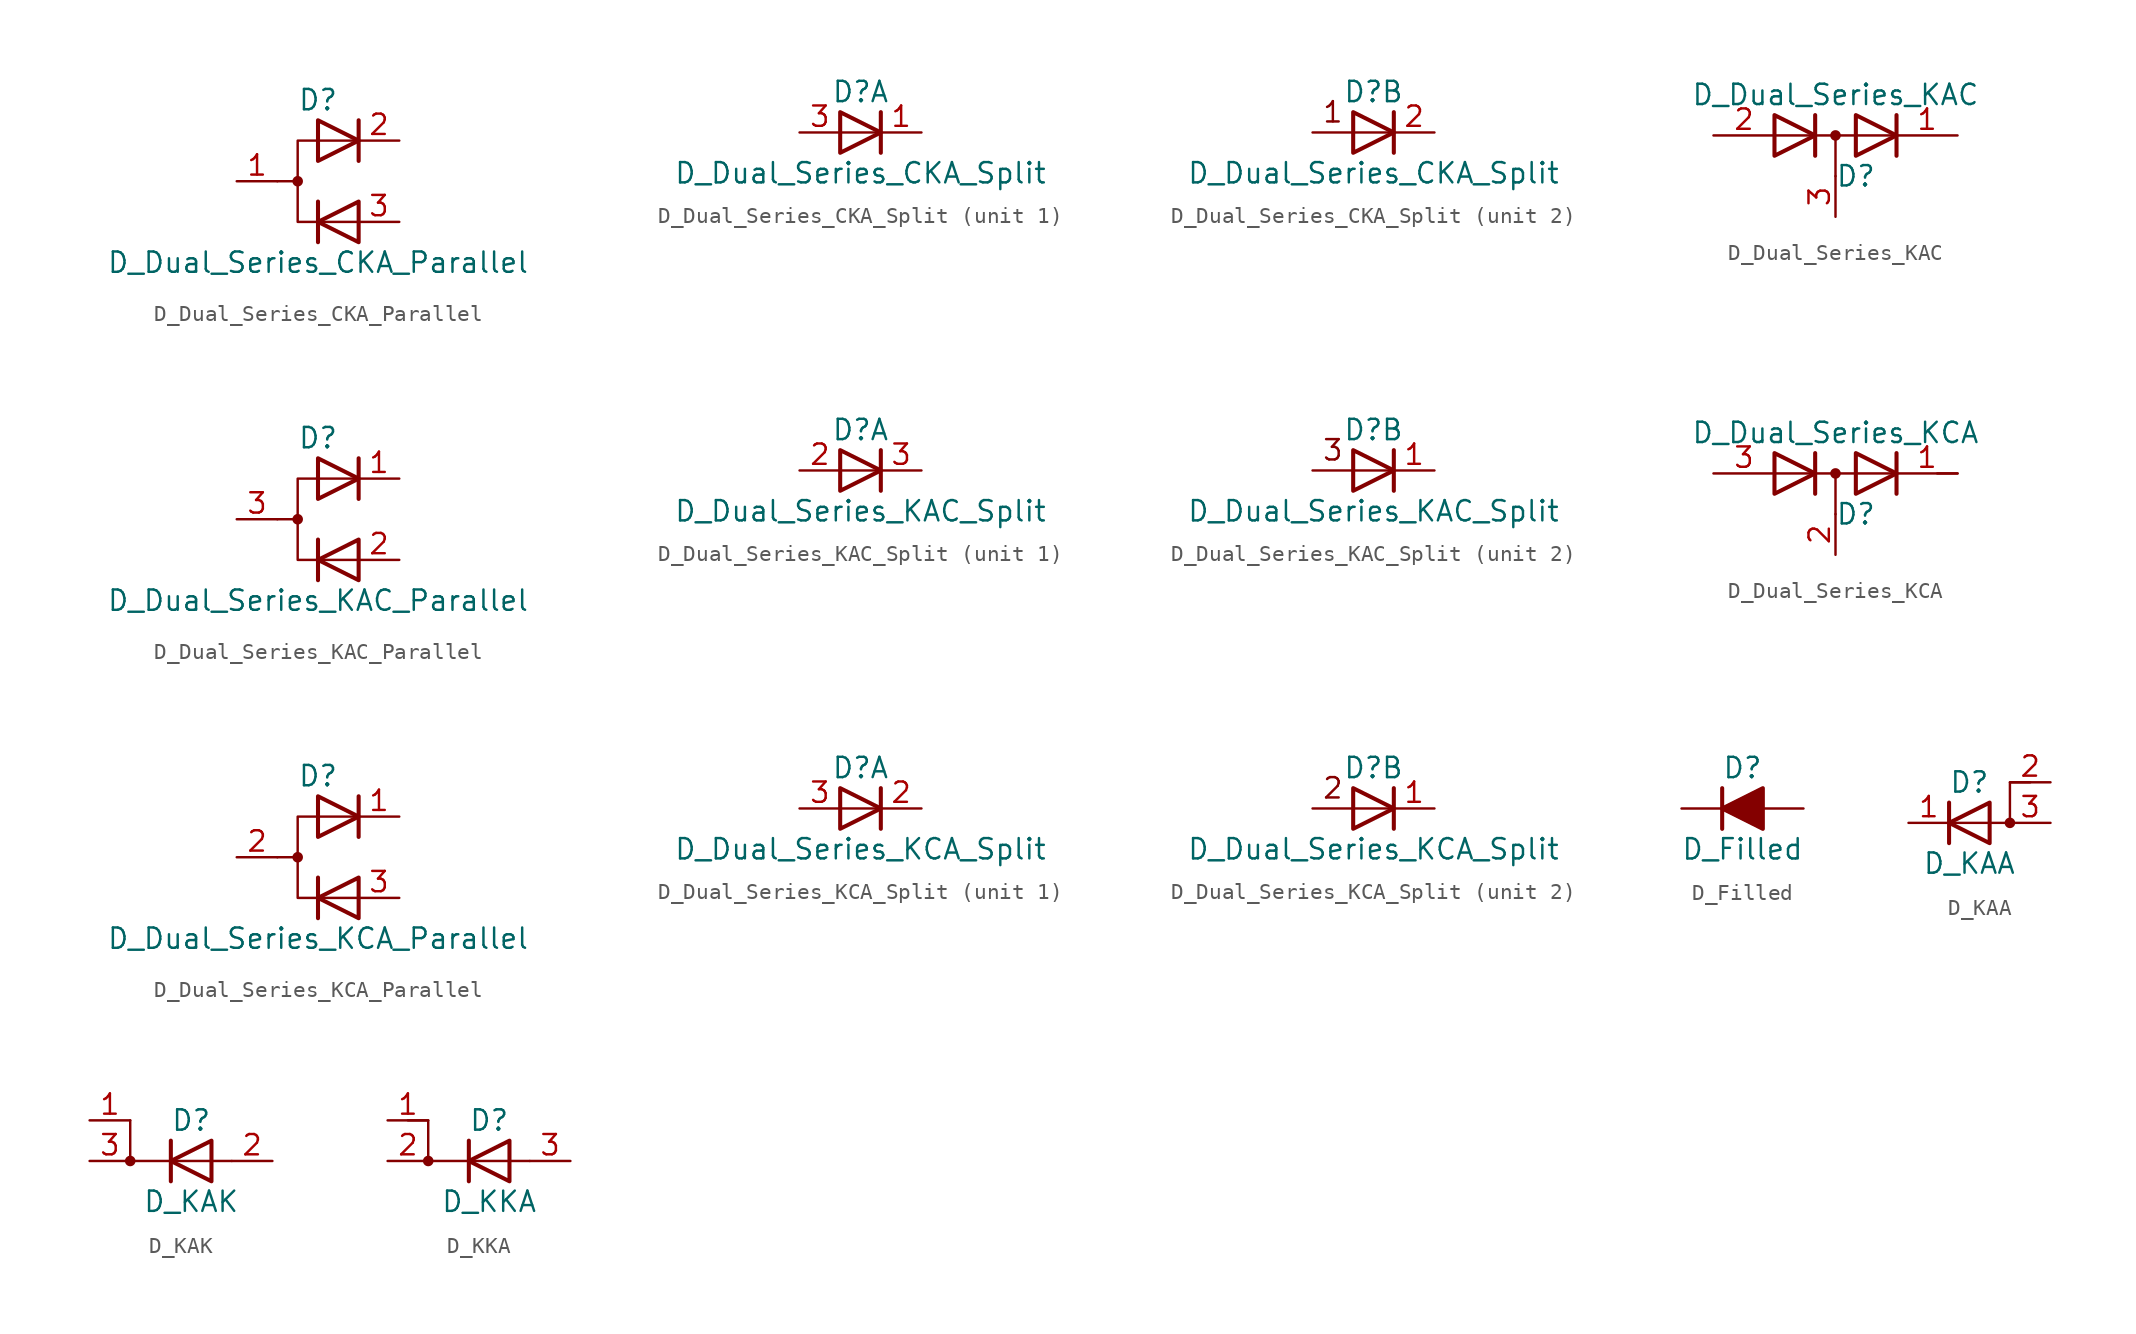
<source format=kicad_sym>
(kicad_symbol_lib
  (version 20201005)
  (generator kicad_symbol_editor)
  (symbol "D_Dual_Series_CKA_Parallel"
    (pin_names
      (offset 0.762) hide)
    (property "Reference" "D"
      (at 0 5.08 0)
      (effects (font (size 1.27 1.27))))
    (property "Value" "D_Dual_Series_CKA_Parallel"
      (at 0 -5.08 0)
      (effects (font (size 1.27 1.27))))
    (symbol "D_Dual_Series_CKA_Parallel_0_0"
      (polyline (pts (xy 0 -1.27) (xy 0 -3.81)) (stroke (width 0.254)) (fill (type none)))
      (polyline (pts (xy 2.54 3.81) (xy 2.54 1.27)) (stroke (width 0.254)) (fill (type none))))
    (symbol "D_Dual_Series_CKA_Parallel_0_1"
      (circle (center -1.27 0) (radius 0.254) (stroke (width 0)) (fill (type outline)))
      (polyline (pts (xy -1.27 0) (xy -2.54 0)) (stroke (width 0)) (fill (type none)))
      (polyline (pts (xy 2.54 2.54) (xy -1.27 2.54) (xy -1.27 -2.54) (xy 2.54 -2.54)) (stroke (width 0)) (fill (type none)))
      (polyline (pts (xy 0 3.81) (xy 2.54 2.54) (xy 0 1.27) (xy 0 3.81) (xy 0 3.81) (xy 0 3.81)) (stroke (width 0.254)) (fill (type none)))
      (polyline (pts (xy 2.54 -1.27) (xy 0 -2.54) (xy 2.54 -3.81) (xy 2.54 -1.27) (xy 2.54 -1.27) (xy 2.54 -1.27)) (stroke (width 0.254)) (fill (type none)))
      (pin passive line (at -5.08 0 0) (length 2.54) (name "A" (effects (font (size 1.27 1.27)))) (number "1" (effects (font (size 1.27 1.27)))))
      (pin passive line (at 5.08 2.54 180) (length 2.54) (name "K" (effects (font (size 1.27 1.27)))) (number "2" (effects (font (size 1.27 1.27)))))
      (pin passive line (at 5.08 -2.54 180) (length 2.54) (name "K" (effects (font (size 1.27 1.27)))) (number "3" (effects (font (size 1.27 1.27)))))))
  (symbol "D_Dual_Series_CKA_Split"
    (pin_names
      (offset 0.762) hide)
    (property "Reference" "D"
      (at 0 2.54 0)
      (effects (font (size 1.27 1.27))))
    (property "Value" "D_Dual_Series_CKA_Split"
      (at 0 -2.54 0)
      (effects (font (size 1.27 1.27))))
    (property "ki_locked" ""
      (at 0 0 0)
      (effects (font (size 1.27 1.27))))
    (symbol "D_Dual_Series_CKA_Split_0_0"
      (polyline (pts (xy 1.27 1.27) (xy 1.27 -1.27)) (stroke (width 0.254)) (fill (type none))))
    (symbol "D_Dual_Series_CKA_Split_0_1"
      (polyline (pts (xy -1.27 1.27) (xy 1.27 0) (xy -1.27 -1.27) (xy -1.27 1.27) (xy -1.27 1.27) (xy -1.27 1.27)) (stroke (width 0.254)) (fill (type none))))
    (symbol "D_Dual_Series_CKA_Split_1_1"
      (polyline (pts (xy 1.27 0) (xy -1.27 0)) (stroke (width 0)) (fill (type none)))
      (pin passive line (at 3.81 0 180) (length 2.54) (name "K" (effects (font (size 1.27 1.27)))) (number "1" (effects (font (size 1.27 1.27)))))
      (pin passive line (at -3.81 0 0) (length 2.54) (name "A" (effects (font (size 1.27 1.27)))) (number "3" (effects (font (size 1.27 1.27))))))
    (symbol "D_Dual_Series_CKA_Split_2_0"
      (text "1" (at -2.54 1.27 0) (effects (font (size 1.27 1.27))))
      (polyline (pts (xy 1.27 0) (xy -3.81 0)) (stroke (width 0)) (fill (type none))))
    (symbol "D_Dual_Series_CKA_Split_2_1"
      (pin passive line (at 3.81 0 180) (length 2.54) (name "K" (effects (font (size 1.27 1.27)))) (number "2" (effects (font (size 1.27 1.27)))))))
  (symbol "D_Dual_Series_KAC"
    (pin_names
      (offset 0.762) hide)
    (property "Reference" "D"
      (at 1.27 -2.54 0)
      (effects (font (size 1.27 1.27))))
    (property "Value" "D_Dual_Series_KAC"
      (at 0 2.54 0)
      (effects (font (size 1.27 1.27))))
    (symbol "D_Dual_Series_KAC_0_1"
      (circle (center 0 0) (radius 0.254) (stroke (width 0)) (fill (type outline)))
      (polyline (pts (xy 0 0) (xy 0 -2.54)) (stroke (width 0)) (fill (type none)))
      (polyline (pts (xy 3.81 0) (xy -3.81 0)) (stroke (width 0)) (fill (type none)))
      (polyline (pts (xy -1.27 -1.27) (xy -1.27 1.27) (xy -1.27 1.27)) (stroke (width 0.254)) (fill (type none)))
      (polyline (pts (xy 3.81 1.27) (xy 3.81 -1.27) (xy 3.81 -1.27)) (stroke (width 0.254)) (fill (type none)))
      (polyline (pts (xy -3.81 1.27) (xy -1.27 0) (xy -3.81 -1.27) (xy -3.81 1.27) (xy -3.81 1.27) (xy -3.81 1.27)) (stroke (width 0.254)) (fill (type none)))
      (polyline (pts (xy 1.27 1.27) (xy 3.81 0) (xy 1.27 -1.27) (xy 1.27 1.27) (xy 1.27 1.27) (xy 1.27 1.27)) (stroke (width 0.254)) (fill (type none)))
      (pin passive line (at 7.62 0 180) (length 3.81) (name "K" (effects (font (size 1.27 1.27)))) (number "1" (effects (font (size 1.27 1.27)))))
      (pin passive line (at -7.62 0 0) (length 3.81) (name "A" (effects (font (size 1.27 1.27)))) (number "2" (effects (font (size 1.27 1.27)))))
      (pin passive line (at 0 -5.08 90) (length 2.54) (name "common" (effects (font (size 1.27 1.27)))) (number "3" (effects (font (size 1.27 1.27)))))))
  (symbol "D_Dual_Series_KAC_Parallel"
    (pin_names
      (offset 0.762) hide)
    (property "Reference" "D"
      (at 0 5.08 0)
      (effects (font (size 1.27 1.27))))
    (property "Value" "D_Dual_Series_KAC_Parallel"
      (at 0 -5.08 0)
      (effects (font (size 1.27 1.27))))
    (symbol "D_Dual_Series_KAC_Parallel_0_0"
      (polyline (pts (xy 0 -1.27) (xy 0 -3.81)) (stroke (width 0.254)) (fill (type none)))
      (polyline (pts (xy 2.54 3.81) (xy 2.54 1.27)) (stroke (width 0.254)) (fill (type none))))
    (symbol "D_Dual_Series_KAC_Parallel_0_1"
      (circle (center -1.27 0) (radius 0.254) (stroke (width 0)) (fill (type outline)))
      (polyline (pts (xy -1.27 0) (xy -2.54 0)) (stroke (width 0)) (fill (type none)))
      (polyline (pts (xy 2.54 2.54) (xy -1.27 2.54) (xy -1.27 -2.54) (xy 2.54 -2.54)) (stroke (width 0)) (fill (type none)))
      (polyline (pts (xy 0 3.81) (xy 2.54 2.54) (xy 0 1.27) (xy 0 3.81) (xy 0 3.81) (xy 0 3.81)) (stroke (width 0.254)) (fill (type none)))
      (polyline (pts (xy 2.54 -1.27) (xy 0 -2.54) (xy 2.54 -3.81) (xy 2.54 -1.27) (xy 2.54 -1.27) (xy 2.54 -1.27)) (stroke (width 0.254)) (fill (type none)))
      (pin passive line (at 5.08 2.54 180) (length 2.54) (name "K" (effects (font (size 1.27 1.27)))) (number "1" (effects (font (size 1.27 1.27)))))
      (pin passive line (at 5.08 -2.54 180) (length 2.54) (name "K" (effects (font (size 1.27 1.27)))) (number "2" (effects (font (size 1.27 1.27)))))
      (pin passive line (at -5.08 0 0) (length 2.54) (name "A" (effects (font (size 1.27 1.27)))) (number "3" (effects (font (size 1.27 1.27)))))))
  (symbol "D_Dual_Series_KAC_Split"
    (pin_names
      (offset 0.762) hide)
    (property "Reference" "D"
      (at 0 2.54 0)
      (effects (font (size 1.27 1.27))))
    (property "Value" "D_Dual_Series_KAC_Split"
      (at 0 -2.54 0)
      (effects (font (size 1.27 1.27))))
    (property "ki_locked" ""
      (at 0 0 0)
      (effects (font (size 1.27 1.27))))
    (symbol "D_Dual_Series_KAC_Split_0_0"
      (polyline (pts (xy 1.27 1.27) (xy 1.27 -1.27)) (stroke (width 0.254)) (fill (type none))))
    (symbol "D_Dual_Series_KAC_Split_0_1"
      (polyline (pts (xy -1.27 1.27) (xy 1.27 0) (xy -1.27 -1.27) (xy -1.27 1.27) (xy -1.27 1.27) (xy -1.27 1.27)) (stroke (width 0.254)) (fill (type none))))
    (symbol "D_Dual_Series_KAC_Split_1_1"
      (polyline (pts (xy 1.27 0) (xy -1.27 0)) (stroke (width 0)) (fill (type none)))
      (pin passive line (at -3.81 0 0) (length 2.54) (name "A" (effects (font (size 1.27 1.27)))) (number "2" (effects (font (size 1.27 1.27)))))
      (pin passive line (at 3.81 0 180) (length 2.54) (name "K" (effects (font (size 1.27 1.27)))) (number "3" (effects (font (size 1.27 1.27))))))
    (symbol "D_Dual_Series_KAC_Split_2_0"
      (text "3" (at -2.54 1.27 0) (effects (font (size 1.27 1.27))))
      (polyline (pts (xy 1.27 0) (xy -3.81 0)) (stroke (width 0)) (fill (type none))))
    (symbol "D_Dual_Series_KAC_Split_2_1"
      (pin passive line (at 3.81 0 180) (length 2.54) (name "K" (effects (font (size 1.27 1.27)))) (number "1" (effects (font (size 1.27 1.27)))))))
  (symbol "D_Dual_Series_KCA"
    (pin_names
      (offset 0.762) hide)
    (property "Reference" "D"
      (at 1.27 -2.54 0)
      (effects (font (size 1.27 1.27))))
    (property "Value" "D_Dual_Series_KCA"
      (at 0 2.54 0)
      (effects (font (size 1.27 1.27))))
    (symbol "D_Dual_Series_KCA_0_1"
      (circle (center 0 0) (radius 0.254) (stroke (width 0)) (fill (type outline)))
      (polyline (pts (xy 0 0) (xy 0 -2.54)) (stroke (width 0)) (fill (type none)))
      (polyline (pts (xy 3.81 0) (xy -3.81 0)) (stroke (width 0)) (fill (type none)))
      (polyline (pts (xy 6.35 0) (xy 7.62 0)) (stroke (width 0)) (fill (type none)))
      (polyline (pts (xy -1.27 -1.27) (xy -1.27 1.27) (xy -1.27 1.27)) (stroke (width 0.254)) (fill (type none)))
      (polyline (pts (xy 3.81 1.27) (xy 3.81 -1.27) (xy 3.81 -1.27)) (stroke (width 0.254)) (fill (type none)))
      (polyline (pts (xy -3.81 1.27) (xy -1.27 0) (xy -3.81 -1.27) (xy -3.81 1.27) (xy -3.81 1.27) (xy -3.81 1.27)) (stroke (width 0.254)) (fill (type none)))
      (polyline (pts (xy 1.27 1.27) (xy 3.81 0) (xy 1.27 -1.27) (xy 1.27 1.27) (xy 1.27 1.27) (xy 1.27 1.27)) (stroke (width 0.254)) (fill (type none)))
      (pin passive line (at 7.62 0 180) (length 3.81) (name "K" (effects (font (size 1.27 1.27)))) (number "1" (effects (font (size 1.27 1.27)))))
      (pin passive line (at 0 -5.08 90) (length 2.54) (name "common" (effects (font (size 1.27 1.27)))) (number "2" (effects (font (size 1.27 1.27)))))
      (pin passive line (at -7.62 0 0) (length 3.81) (name "A" (effects (font (size 1.27 1.27)))) (number "3" (effects (font (size 1.27 1.27)))))))
  (symbol "D_Dual_Series_KCA_Parallel"
    (pin_names
      (offset 0.762) hide)
    (property "Reference" "D"
      (at 0 5.08 0)
      (effects (font (size 1.27 1.27))))
    (property "Value" "D_Dual_Series_KCA_Parallel"
      (at 0 -5.08 0)
      (effects (font (size 1.27 1.27))))
    (symbol "D_Dual_Series_KCA_Parallel_0_0"
      (polyline (pts (xy 0 -1.27) (xy 0 -3.81)) (stroke (width 0.254)) (fill (type none)))
      (polyline (pts (xy 2.54 3.81) (xy 2.54 1.27)) (stroke (width 0.254)) (fill (type none))))
    (symbol "D_Dual_Series_KCA_Parallel_0_1"
      (circle (center -1.27 0) (radius 0.254) (stroke (width 0)) (fill (type outline)))
      (polyline (pts (xy -1.27 0) (xy -2.54 0)) (stroke (width 0)) (fill (type none)))
      (polyline (pts (xy 2.54 2.54) (xy -1.27 2.54) (xy -1.27 -2.54) (xy 2.54 -2.54)) (stroke (width 0)) (fill (type none)))
      (polyline (pts (xy 0 3.81) (xy 2.54 2.54) (xy 0 1.27) (xy 0 3.81) (xy 0 3.81) (xy 0 3.81)) (stroke (width 0.254)) (fill (type none)))
      (polyline (pts (xy 2.54 -1.27) (xy 0 -2.54) (xy 2.54 -3.81) (xy 2.54 -1.27) (xy 2.54 -1.27) (xy 2.54 -1.27)) (stroke (width 0.254)) (fill (type none)))
      (pin passive line (at 5.08 2.54 180) (length 2.54) (name "K" (effects (font (size 1.27 1.27)))) (number "1" (effects (font (size 1.27 1.27)))))
      (pin passive line (at -5.08 0 0) (length 2.54) (name "A" (effects (font (size 1.27 1.27)))) (number "2" (effects (font (size 1.27 1.27)))))
      (pin passive line (at 5.08 -2.54 180) (length 2.54) (name "K" (effects (font (size 1.27 1.27)))) (number "3" (effects (font (size 1.27 1.27)))))))
  (symbol "D_Dual_Series_KCA_Split"
    (pin_names
      (offset 0.762) hide)
    (property "Reference" "D"
      (at 0 2.54 0)
      (effects (font (size 1.27 1.27))))
    (property "Value" "D_Dual_Series_KCA_Split"
      (at 0 -2.54 0)
      (effects (font (size 1.27 1.27))))
    (property "ki_locked" ""
      (at 0 0 0)
      (effects (font (size 1.27 1.27))))
    (symbol "D_Dual_Series_KCA_Split_0_0"
      (polyline (pts (xy 1.27 1.27) (xy 1.27 -1.27)) (stroke (width 0.254)) (fill (type none))))
    (symbol "D_Dual_Series_KCA_Split_0_1"
      (polyline (pts (xy -1.27 1.27) (xy 1.27 0) (xy -1.27 -1.27) (xy -1.27 1.27) (xy -1.27 1.27) (xy -1.27 1.27)) (stroke (width 0.254)) (fill (type none))))
    (symbol "D_Dual_Series_KCA_Split_1_1"
      (polyline (pts (xy 1.27 0) (xy -1.27 0)) (stroke (width 0)) (fill (type none)))
      (pin passive line (at 3.81 0 180) (length 2.54) (name "K" (effects (font (size 1.27 1.27)))) (number "2" (effects (font (size 1.27 1.27)))))
      (pin passive line (at -3.81 0 0) (length 2.54) (name "A" (effects (font (size 1.27 1.27)))) (number "3" (effects (font (size 1.27 1.27))))))
    (symbol "D_Dual_Series_KCA_Split_2_0"
      (text "2" (at -2.54 1.27 0) (effects (font (size 1.27 1.27))))
      (polyline (pts (xy 1.27 0) (xy -3.81 0)) (stroke (width 0)) (fill (type none))))
    (symbol "D_Dual_Series_KCA_Split_2_1"
      (pin passive line (at 3.81 0 180) (length 2.54) (name "K" (effects (font (size 1.27 1.27)))) (number "1" (effects (font (size 1.27 1.27)))))))
  (symbol "D_Filled"
    (pin_numbers hide)
    (pin_names
      (offset 1.016) hide)
    (property "Reference" "D"
      (at 0 2.54 0)
      (effects (font (size 1.27 1.27))))
    (property "Value" "D_Filled"
      (at 0 -2.54 0)
      (effects (font (size 1.27 1.27))))
    (symbol "D_Filled_0_1"
      (polyline (pts (xy -1.27 1.27) (xy -1.27 -1.27)) (stroke (width 0.254)) (fill (type none)))
      (polyline (pts (xy 1.27 0) (xy -1.27 0)) (stroke (width 0)) (fill (type none)))
      (polyline (pts (xy 1.27 1.27) (xy 1.27 -1.27) (xy -1.27 0) (xy 1.27 1.27)) (stroke (width 0.254)) (fill (type outline))))
    (symbol "D_Filled_1_1"
      (pin passive line (at -3.81 0 0) (length 2.54) (name "K" (effects (font (size 1.27 1.27)))) (number "1" (effects (font (size 1.27 1.27)))))
      (pin passive line (at 3.81 0 180) (length 2.54) (name "A" (effects (font (size 1.27 1.27)))) (number "2" (effects (font (size 1.27 1.27)))))))
  (symbol "D_KAA"
    (pin_names
      (offset 0) hide)
    (property "Reference" "D"
      (at 0 2.54 0)
      (effects (font (size 1.27 1.27))))
    (property "Value" "D_KAA"
      (at 0 -2.54 0)
      (effects (font (size 1.27 1.27))))
    (symbol "D_KAA_0_1"
      (circle (center 2.54 0) (radius 0.254) (stroke (width 0)) (fill (type outline)))
      (polyline (pts (xy -1.27 1.27) (xy -1.27 -1.27)) (stroke (width 0.254)) (fill (type none)))
      (polyline (pts (xy 1.27 1.27) (xy 1.27 -1.27) (xy -1.27 0) (xy 1.27 1.27)) (stroke (width 0.254)) (fill (type none)))
      (polyline (pts (xy 3.81 2.54) (xy 2.54 2.54) (xy 2.54 0) (xy -1.27 0)) (stroke (width 0)) (fill (type none))))
    (symbol "D_KAA_1_1"
      (pin passive line (at -3.81 0 0) (length 2.54) (name "K" (effects (font (size 1.27 1.27)))) (number "1" (effects (font (size 1.27 1.27)))))
      (pin input line (at 5.08 2.54 180) (length 2.54) (name "A" (effects (font (size 1.27 1.27)))) (number "2" (effects (font (size 1.27 1.27)))))
      (pin passive line (at 5.08 0 180) (length 2.54) (name "A" (effects (font (size 1.27 1.27)))) (number "3" (effects (font (size 1.27 1.27)))))))
  (symbol "D_KAK"
    (pin_names
      (offset 0) hide)
    (property "Reference" "D"
      (at 0 2.54 0)
      (effects (font (size 1.27 1.27))))
    (property "Value" "D_KAK"
      (at 0 -2.54 0)
      (effects (font (size 1.27 1.27))))
    (symbol "D_KAK_0_1"
      (circle (center -3.81 0) (radius 0.254) (stroke (width 0)) (fill (type outline)))
      (polyline (pts (xy -1.27 1.27) (xy -1.27 -1.27)) (stroke (width 0.254)) (fill (type none)))
      (polyline (pts (xy -3.81 2.54) (xy -3.81 0) (xy 2.54 0)) (stroke (width 0)) (fill (type none)))
      (polyline (pts (xy 1.27 1.27) (xy 1.27 -1.27) (xy -1.27 0) (xy 1.27 1.27)) (stroke (width 0.254)) (fill (type none))))
    (symbol "D_KAK_1_1"
      (pin passive line (at -6.35 2.54 0) (length 2.54) (name "K" (effects (font (size 1.27 1.27)))) (number "1" (effects (font (size 1.27 1.27)))))
      (pin passive line (at 5.08 0 180) (length 2.54) (name "A" (effects (font (size 1.27 1.27)))) (number "2" (effects (font (size 1.27 1.27)))))
      (pin passive line (at -6.35 0 0) (length 2.54) (name "K" (effects (font (size 1.27 1.27)))) (number "3" (effects (font (size 1.27 1.27)))))))
  (symbol "D_KKA"
    (pin_names
      (offset 0) hide)
    (property "Reference" "D"
      (at 0 2.54 0)
      (effects (font (size 1.27 1.27))))
    (property "Value" "D_KKA"
      (at 0 -2.54 0)
      (effects (font (size 1.27 1.27))))
    (symbol "D_KKA_0_1"
      (circle (center -3.81 0) (radius 0.254) (stroke (width 0)) (fill (type outline)))
      (polyline (pts (xy -1.27 1.27) (xy -1.27 -1.27)) (stroke (width 0.254)) (fill (type none)))
      (polyline (pts (xy -5.08 2.54) (xy -3.81 2.54) (xy -3.81 0) (xy 2.54 0)) (stroke (width 0)) (fill (type none)))
      (polyline (pts (xy 1.27 1.27) (xy 1.27 -1.27) (xy -1.27 0) (xy 1.27 1.27)) (stroke (width 0.254)) (fill (type none))))
    (symbol "D_KKA_1_1"
      (pin input line (at -6.35 2.54 0) (length 2.54) (name "K" (effects (font (size 1.27 1.27)))) (number "1" (effects (font (size 1.27 1.27)))))
      (pin passive line (at -6.35 0 0) (length 2.54) (name "K" (effects (font (size 1.27 1.27)))) (number "2" (effects (font (size 1.27 1.27)))))
      (pin passive line (at 5.08 0 180) (length 2.54) (name "A" (effects (font (size 1.27 1.27)))) (number "3" (effects (font (size 1.27 1.27))))))))
</source>
